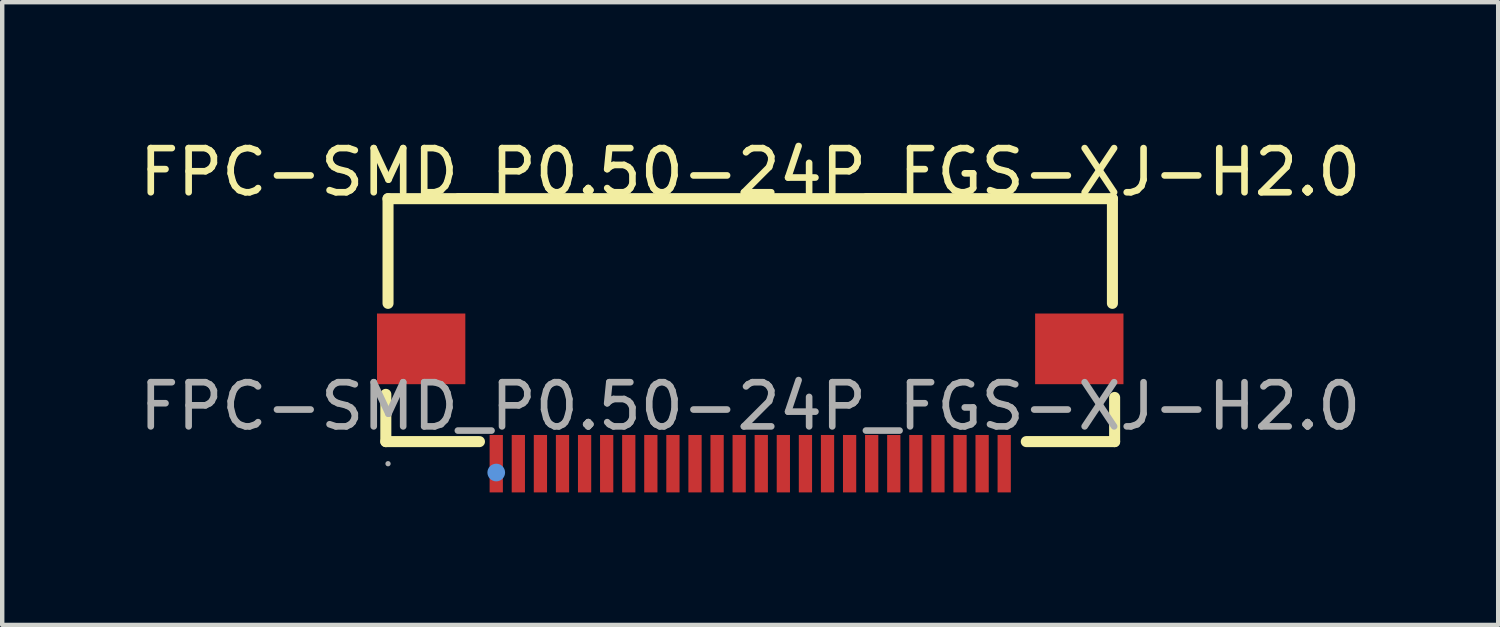
<source format=kicad_pcb>
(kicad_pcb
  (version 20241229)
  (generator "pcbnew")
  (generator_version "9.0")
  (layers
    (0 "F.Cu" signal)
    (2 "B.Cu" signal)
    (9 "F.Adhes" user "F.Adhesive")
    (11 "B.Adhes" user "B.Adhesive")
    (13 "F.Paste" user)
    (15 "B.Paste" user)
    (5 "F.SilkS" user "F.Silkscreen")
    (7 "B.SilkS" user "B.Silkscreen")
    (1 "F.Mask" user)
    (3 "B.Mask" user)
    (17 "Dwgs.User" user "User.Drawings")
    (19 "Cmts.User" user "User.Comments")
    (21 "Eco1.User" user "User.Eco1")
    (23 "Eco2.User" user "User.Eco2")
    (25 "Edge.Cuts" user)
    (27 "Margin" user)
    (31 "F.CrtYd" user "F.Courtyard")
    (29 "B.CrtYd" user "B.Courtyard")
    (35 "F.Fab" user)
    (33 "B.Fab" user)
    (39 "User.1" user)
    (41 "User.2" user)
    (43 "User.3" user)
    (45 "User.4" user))
  (footprint "FPC-SMD_P0.50-24P_FGS-XJ-H2.0"
    (layer "F.Cu")
    (at 13.935 6.148)
    (property "Reference" "FPC-SMD_P0.50-24P_FGS-XJ-H2.0" (at 0 -5.3 0) (layer "F.SilkS") (effects (font (size 1 1) (thickness 0.15))))
    (attr smd)
    (fp_line (start -8.25 -0.27) (end -8.25 0.8) (stroke (width 0.25) (type solid)) (layer "F.SilkS"))
    (fp_line (start -8.25 0.8) (end -6.13 0.8) (stroke (width 0.25) (type solid)) (layer "F.SilkS"))
    (fp_line (start -8.2 -4.7) (end -8.2 -2.33) (stroke (width 0.25) (type solid)) (layer "F.SilkS"))
    (fp_line (start -8.2 -4.7) (end 8.2 -4.7) (stroke (width 0.25) (type solid)) (layer "F.SilkS"))
    (fp_line (start 6.25 0.8) (end 8.25 0.8) (stroke (width 0.25) (type solid)) (layer "F.SilkS"))
    (fp_line (start 8.2 -2.33) (end 8.2 -4.7) (stroke (width 0.25) (type solid)) (layer "F.SilkS"))
    (fp_line (start 8.25 0.8) (end 8.25 -0.2) (stroke (width 0.25) (type solid)) (layer "F.SilkS"))
    (fp_circle (center -5.75 1.5) (end -5.65 1.5) (stroke (width 0.2) (type solid)) (fill no) (layer "Cmts.User"))
    (fp_circle (center -8.2 1.3) (end -8.17 1.3) (stroke (width 0.06) (type solid)) (fill no) (layer "F.Fab"))
    (fp_text user "${REFERENCE}" (at 0 0 0) (layer "F.Fab") (effects (font (size 1 1) (thickness 0.15))))
    (pad "1" smd rect (at -5.75 1.3) (size 0.3 1.3) (layers "F.Cu" "F.Mask" "F.Paste"))
    (pad "2" smd rect (at -5.25 1.3) (size 0.3 1.3) (layers "F.Cu" "F.Mask" "F.Paste"))
    (pad "3" smd rect (at -4.75 1.3) (size 0.3 1.3) (layers "F.Cu" "F.Mask" "F.Paste"))
    (pad "4" smd rect (at -4.25 1.3) (size 0.3 1.3) (layers "F.Cu" "F.Mask" "F.Paste"))
    (pad "5" smd rect (at -3.75 1.3) (size 0.3 1.3) (layers "F.Cu" "F.Mask" "F.Paste"))
    (pad "6" smd rect (at -3.25 1.3) (size 0.3 1.3) (layers "F.Cu" "F.Mask" "F.Paste"))
    (pad "7" smd rect (at -2.75 1.3) (size 0.3 1.3) (layers "F.Cu" "F.Mask" "F.Paste"))
    (pad "8" smd rect (at -2.25 1.3) (size 0.3 1.3) (layers "F.Cu" "F.Mask" "F.Paste"))
    (pad "9" smd rect (at -1.75 1.3) (size 0.3 1.3) (layers "F.Cu" "F.Mask" "F.Paste"))
    (pad "10" smd rect (at -1.25 1.3) (size 0.3 1.3) (layers "F.Cu" "F.Mask" "F.Paste"))
    (pad "11" smd rect (at -0.75 1.3) (size 0.3 1.3) (layers "F.Cu" "F.Mask" "F.Paste"))
    (pad "12" smd rect (at -0.25 1.3) (size 0.3 1.3) (layers "F.Cu" "F.Mask" "F.Paste"))
    (pad "13" smd rect (at 0.25 1.3) (size 0.3 1.3) (layers "F.Cu" "F.Mask" "F.Paste"))
    (pad "14" smd rect (at 0.75 1.3) (size 0.3 1.3) (layers "F.Cu" "F.Mask" "F.Paste"))
    (pad "15" smd rect (at 1.25 1.3) (size 0.3 1.3) (layers "F.Cu" "F.Mask" "F.Paste"))
    (pad "16" smd rect (at 1.75 1.3) (size 0.3 1.3) (layers "F.Cu" "F.Mask" "F.Paste"))
    (pad "17" smd rect (at 2.25 1.3) (size 0.3 1.3) (layers "F.Cu" "F.Mask" "F.Paste"))
    (pad "18" smd rect (at 2.75 1.3) (size 0.3 1.3) (layers "F.Cu" "F.Mask" "F.Paste"))
    (pad "19" smd rect (at 3.25 1.3) (size 0.3 1.3) (layers "F.Cu" "F.Mask" "F.Paste"))
    (pad "20" smd rect (at 3.75 1.3) (size 0.3 1.3) (layers "F.Cu" "F.Mask" "F.Paste"))
    (pad "21" smd rect (at 4.25 1.3) (size 0.3 1.3) (layers "F.Cu" "F.Mask" "F.Paste"))
    (pad "22" smd rect (at 4.75 1.3) (size 0.3 1.3) (layers "F.Cu" "F.Mask" "F.Paste"))
    (pad "23" smd rect (at 5.25 1.3) (size 0.3 1.3) (layers "F.Cu" "F.Mask" "F.Paste"))
    (pad "24" smd rect (at 5.75 1.3) (size 0.3 1.3) (layers "F.Cu" "F.Mask" "F.Paste"))
    (pad "25" smd rect (at 7.45 -1.3 270) (size 1.6 2) (layers "F.Cu" "F.Mask" "F.Paste"))
    (pad "26" smd rect (at -7.45 -1.3 270) (size 1.6 2) (layers "F.Cu" "F.Mask" "F.Paste")))
  (gr_rect
    (start -3 -3)
    (end 30.869 11.098)
    (stroke (width 0.1) (type default))
    (fill no)
    (layer "Edge.Cuts")))
</source>
